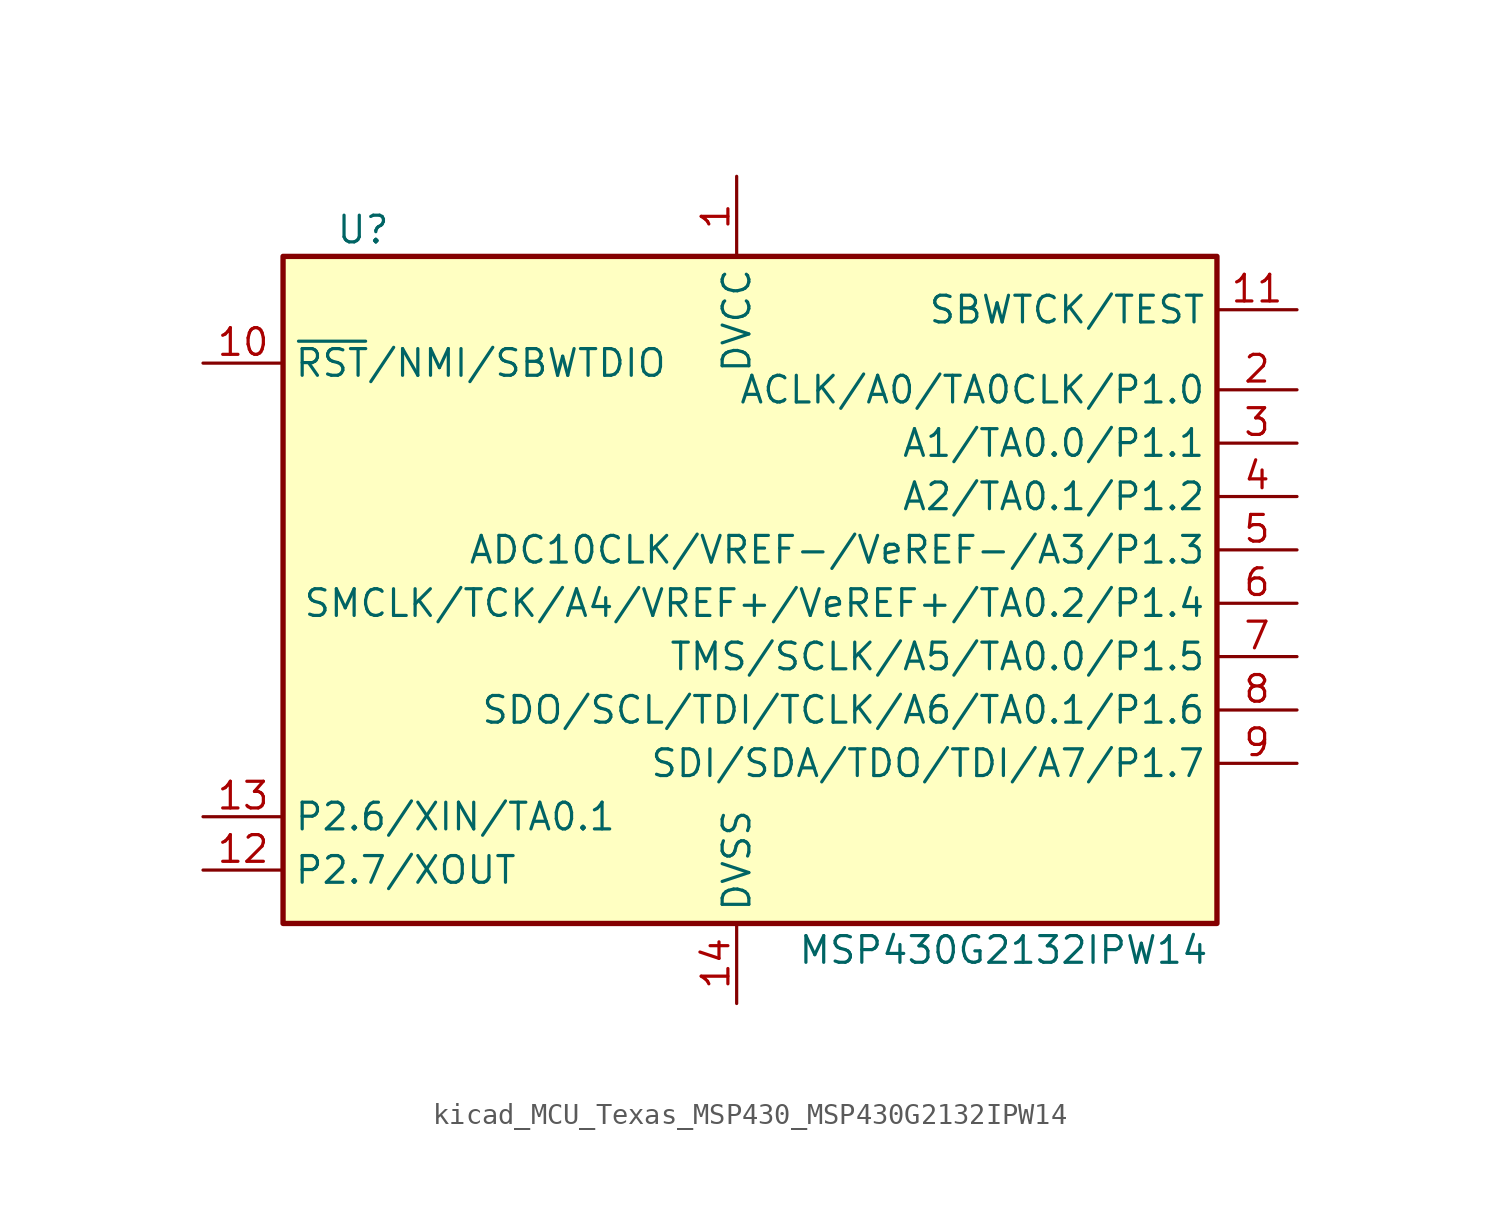
<source format=kicad_sym>
(kicad_symbol_lib
  (version 20220914)
  (generator kicad_symbol_editor)
  (symbol "kicad_MCU_Texas_MSP430_MSP430G2132IPW14"
    (property "Reference" "U"
      (at -17.78 17.78 0)
      (effects (font (size 1.27 1.27))))
    (property "Value" "MSP430G2132IPW14"
      (at 12.7 -16.51 0)
      (effects (font (size 1.27 1.27))))
    (symbol "kicad_MCU_Texas_MSP430_MSP430G2132IPW14_0_1"
      (rectangle (start -21.59 16.51) (end 22.86 -15.24) (stroke (width 0.254) (type default)) (fill (type background))))
    (symbol "kicad_MCU_Texas_MSP430_MSP430G2132IPW14_1_1"
      (pin power_in line (at 0 20.32 270) (length 3.81) (name "DVCC" (effects (font (size 1.27 1.27)))) (number "1" (effects (font (size 1.27 1.27)))))
      (pin input line (at -25.4 11.43 0) (length 3.81) (name "~{RST}/NMI/SBWTDIO" (effects (font (size 1.27 1.27)))) (number "10" (effects (font (size 1.27 1.27)))))
      (pin input line (at 26.67 13.97 180) (length 3.81) (name "SBWTCK/TEST" (effects (font (size 1.27 1.27)))) (number "11" (effects (font (size 1.27 1.27)))))
      (pin bidirectional line (at -25.4 -12.7 0) (length 3.81) (name "P2.7/XOUT" (effects (font (size 1.27 1.27)))) (number "12" (effects (font (size 1.27 1.27)))))
      (pin bidirectional line (at -25.4 -10.16 0) (length 3.81) (name "P2.6/XIN/TA0.1" (effects (font (size 1.27 1.27)))) (number "13" (effects (font (size 1.27 1.27)))))
      (pin power_in line (at 0 -19.05 90) (length 3.81) (name "DVSS" (effects (font (size 1.27 1.27)))) (number "14" (effects (font (size 1.27 1.27)))))
      (pin bidirectional line (at 26.67 10.16 180) (length 3.81) (name "ACLK/A0/TA0CLK/P1.0" (effects (font (size 1.27 1.27)))) (number "2" (effects (font (size 1.27 1.27)))))
      (pin bidirectional line (at 26.67 7.62 180) (length 3.81) (name "A1/TA0.0/P1.1" (effects (font (size 1.27 1.27)))) (number "3" (effects (font (size 1.27 1.27)))))
      (pin bidirectional line (at 26.67 5.08 180) (length 3.81) (name "A2/TA0.1/P1.2" (effects (font (size 1.27 1.27)))) (number "4" (effects (font (size 1.27 1.27)))))
      (pin bidirectional line (at 26.67 2.54 180) (length 3.81) (name "ADC10CLK/VREF-/VeREF-/A3/P1.3" (effects (font (size 1.27 1.27)))) (number "5" (effects (font (size 1.27 1.27)))))
      (pin bidirectional line (at 26.67 0 180) (length 3.81) (name "SMCLK/TCK/A4/VREF+/VeREF+/TA0.2/P1.4" (effects (font (size 1.27 1.27)))) (number "6" (effects (font (size 1.27 1.27)))))
      (pin bidirectional line (at 26.67 -2.54 180) (length 3.81) (name "TMS/SCLK/A5/TA0.0/P1.5" (effects (font (size 1.27 1.27)))) (number "7" (effects (font (size 1.27 1.27)))))
      (pin bidirectional line (at 26.67 -5.08 180) (length 3.81) (name "SDO/SCL/TDI/TCLK/A6/TA0.1/P1.6" (effects (font (size 1.27 1.27)))) (number "8" (effects (font (size 1.27 1.27)))))
      (pin bidirectional line (at 26.67 -7.62 180) (length 3.81) (name "SDI/SDA/TDO/TDI/A7/P1.7" (effects (font (size 1.27 1.27)))) (number "9" (effects (font (size 1.27 1.27))))))))
</source>
